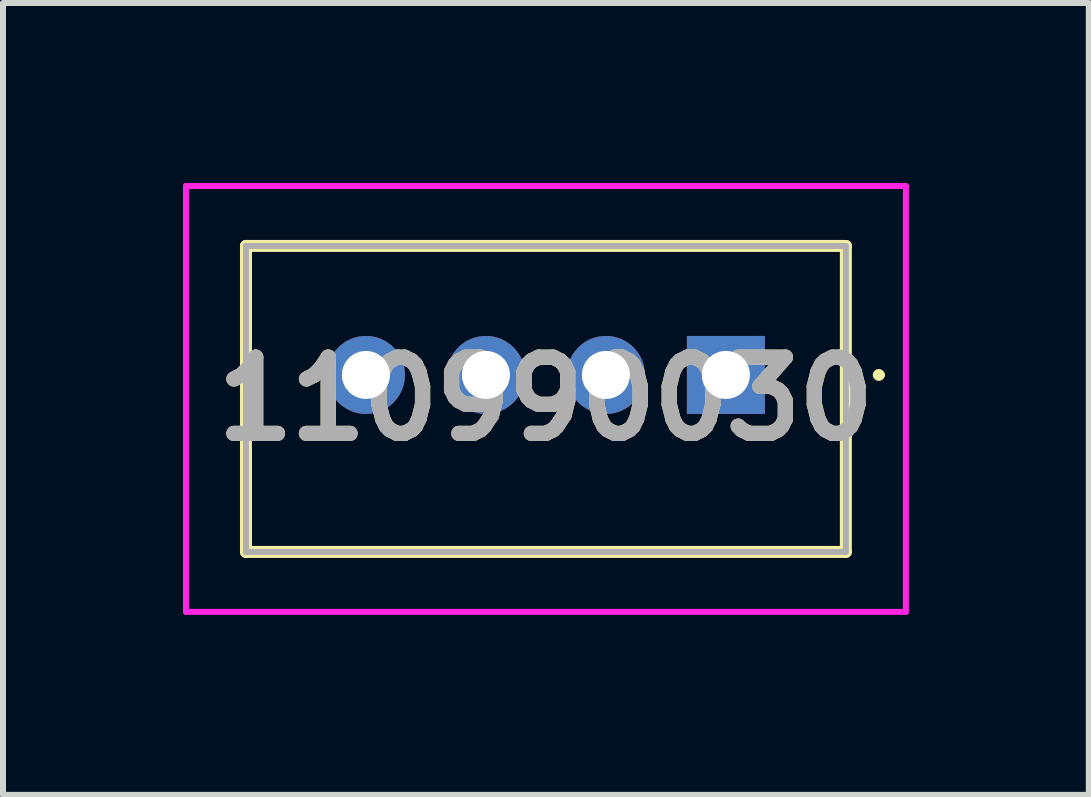
<source format=kicad_pcb>
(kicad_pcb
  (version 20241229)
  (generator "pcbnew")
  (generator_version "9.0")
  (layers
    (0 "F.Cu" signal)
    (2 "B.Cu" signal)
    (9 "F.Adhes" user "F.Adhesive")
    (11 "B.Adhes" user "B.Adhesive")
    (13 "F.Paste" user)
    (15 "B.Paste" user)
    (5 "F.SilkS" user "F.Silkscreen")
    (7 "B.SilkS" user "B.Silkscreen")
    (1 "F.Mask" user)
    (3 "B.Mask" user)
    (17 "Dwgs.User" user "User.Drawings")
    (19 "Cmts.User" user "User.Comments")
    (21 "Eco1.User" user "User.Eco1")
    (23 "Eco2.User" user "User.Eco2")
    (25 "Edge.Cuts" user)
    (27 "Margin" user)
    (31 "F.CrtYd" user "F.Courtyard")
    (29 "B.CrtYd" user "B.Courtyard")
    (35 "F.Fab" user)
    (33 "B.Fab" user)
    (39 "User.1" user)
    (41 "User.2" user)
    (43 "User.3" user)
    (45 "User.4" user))
  (footprint "110990030"
    (layer "F.Cu")
    (at 9.05 3.2)
    (property "Reference" "110990030" (at -3 0.4 0) (layer "F.SilkS") (effects (font (size 1.27 1.27) (thickness 0.254))))
    (attr through_hole)
    (fp_line (start -8 -2.15) (end 2 -2.15) (stroke (width 0.2) (type solid)) (layer "F.SilkS"))
    (fp_line (start -8 2.95) (end -8 -2.15) (stroke (width 0.2) (type solid)) (layer "F.SilkS"))
    (fp_line (start 2 -2.15) (end 2 2.95) (stroke (width 0.2) (type solid)) (layer "F.SilkS"))
    (fp_line (start 2 2.95) (end -8 2.95) (stroke (width 0.2) (type solid)) (layer "F.SilkS"))
    (fp_line (start 2.5 0) (end 2.5 0) (stroke (width 0.1) (type solid)) (layer "F.SilkS"))
    (fp_line (start 2.6 0) (end 2.6 0) (stroke (width 0.1) (type solid)) (layer "F.SilkS"))
    (fp_arc (start 2.5 0) (mid 2.55 -0.05) (end 2.6 0) (stroke (width 0.1) (type solid)) (layer "F.SilkS"))
    (fp_arc (start 2.6 0) (mid 2.55 0.05) (end 2.5 0) (stroke (width 0.1) (type solid)) (layer "F.SilkS"))
    (fp_line (start -9 -3.15) (end 3 -3.15) (stroke (width 0.1) (type solid)) (layer "F.CrtYd"))
    (fp_line (start -9 3.95) (end -9 -3.15) (stroke (width 0.1) (type solid)) (layer "F.CrtYd"))
    (fp_line (start 3 -3.15) (end 3 3.95) (stroke (width 0.1) (type solid)) (layer "F.CrtYd"))
    (fp_line (start 3 3.95) (end -9 3.95) (stroke (width 0.1) (type solid)) (layer "F.CrtYd"))
    (fp_line (start -8 -2.15) (end 2 -2.15) (stroke (width 0.1) (type solid)) (layer "F.Fab"))
    (fp_line (start -8 2.95) (end -8 -2.15) (stroke (width 0.1) (type solid)) (layer "F.Fab"))
    (fp_line (start 2 -2.15) (end 2 2.95) (stroke (width 0.1) (type solid)) (layer "F.Fab"))
    (fp_line (start 2 2.95) (end -8 2.95) (stroke (width 0.1) (type solid)) (layer "F.Fab"))
    (fp_text user "${REFERENCE}" (at -3 0.4 0) (layer "F.Fab") (effects (font (size 1.27 1.27) (thickness 0.254))))
    (pad "1" thru_hole rect (at 0 0) (size 1.3 1.3) (drill 0.8) (layers "*.Cu" "*.Mask"))
    (pad "2" thru_hole circle (at -2 0) (size 1.3 1.3) (drill 0.8) (layers "*.Cu" "*.Mask"))
    (pad "3" thru_hole circle (at -4 0) (size 1.3 1.3) (drill 0.8) (layers "*.Cu" "*.Mask"))
    (pad "4" thru_hole circle (at -6 0) (size 1.3 1.3) (drill 0.8) (layers "*.Cu" "*.Mask")))
  (gr_rect
    (start -3 -3)
    (end 15.1 10.2)
    (stroke (width 0.1) (type default))
    (fill no)
    (layer "Edge.Cuts")))
</source>
